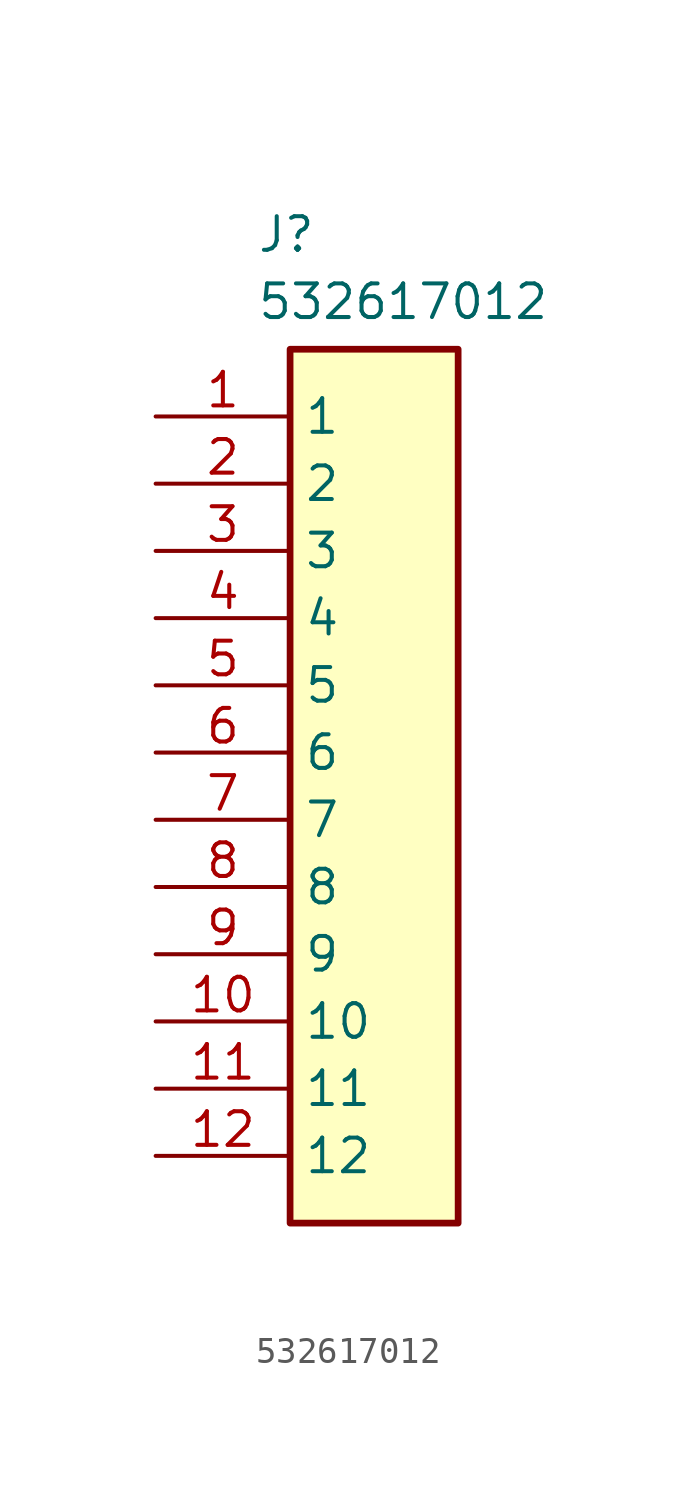
<source format=kicad_sym>
(kicad_symbol_lib
  (version 20241209)
  (generator "kicad_symbol_editor")
  (generator_version "9.0")
  (symbol "532617012"
    (property "Reference" "J"
      (at 3.81 7.62 0)
      (effects (font (size 1.27 1.27)) (justify left top)))
    (property "Value" "532617012"
      (at 3.81 5.08 0)
      (effects (font (size 1.27 1.27)) (justify left top)))
    (symbol "532617012_1_1"
      (rectangle (start 5.08 2.54) (end 11.43 -30.48) (stroke (width 0.254) (type default)) (fill (type background)))
      (pin passive line (at 0 0 0) (length 5.08) (name "1" (effects (font (size 1.27 1.27)))) (number "1" (effects (font (size 1.27 1.27)))))
      (pin passive line (at 0 -2.54 0) (length 5.08) (name "2" (effects (font (size 1.27 1.27)))) (number "2" (effects (font (size 1.27 1.27)))))
      (pin passive line (at 0 -5.08 0) (length 5.08) (name "3" (effects (font (size 1.27 1.27)))) (number "3" (effects (font (size 1.27 1.27)))))
      (pin passive line (at 0 -7.62 0) (length 5.08) (name "4" (effects (font (size 1.27 1.27)))) (number "4" (effects (font (size 1.27 1.27)))))
      (pin passive line (at 0 -10.16 0) (length 5.08) (name "5" (effects (font (size 1.27 1.27)))) (number "5" (effects (font (size 1.27 1.27)))))
      (pin passive line (at 0 -12.7 0) (length 5.08) (name "6" (effects (font (size 1.27 1.27)))) (number "6" (effects (font (size 1.27 1.27)))))
      (pin passive line (at 0 -15.24 0) (length 5.08) (name "7" (effects (font (size 1.27 1.27)))) (number "7" (effects (font (size 1.27 1.27)))))
      (pin passive line (at 0 -17.78 0) (length 5.08) (name "8" (effects (font (size 1.27 1.27)))) (number "8" (effects (font (size 1.27 1.27)))))
      (pin passive line (at 0 -20.32 0) (length 5.08) (name "9" (effects (font (size 1.27 1.27)))) (number "9" (effects (font (size 1.27 1.27)))))
      (pin passive line (at 0 -22.86 0) (length 5.08) (name "10" (effects (font (size 1.27 1.27)))) (number "10" (effects (font (size 1.27 1.27)))))
      (pin passive line (at 0 -25.4 0) (length 5.08) (name "11" (effects (font (size 1.27 1.27)))) (number "11" (effects (font (size 1.27 1.27)))))
      (pin passive line (at 0 -27.94 0) (length 5.08) (name "12" (effects (font (size 1.27 1.27)))) (number "12" (effects (font (size 1.27 1.27))))))))
</source>
